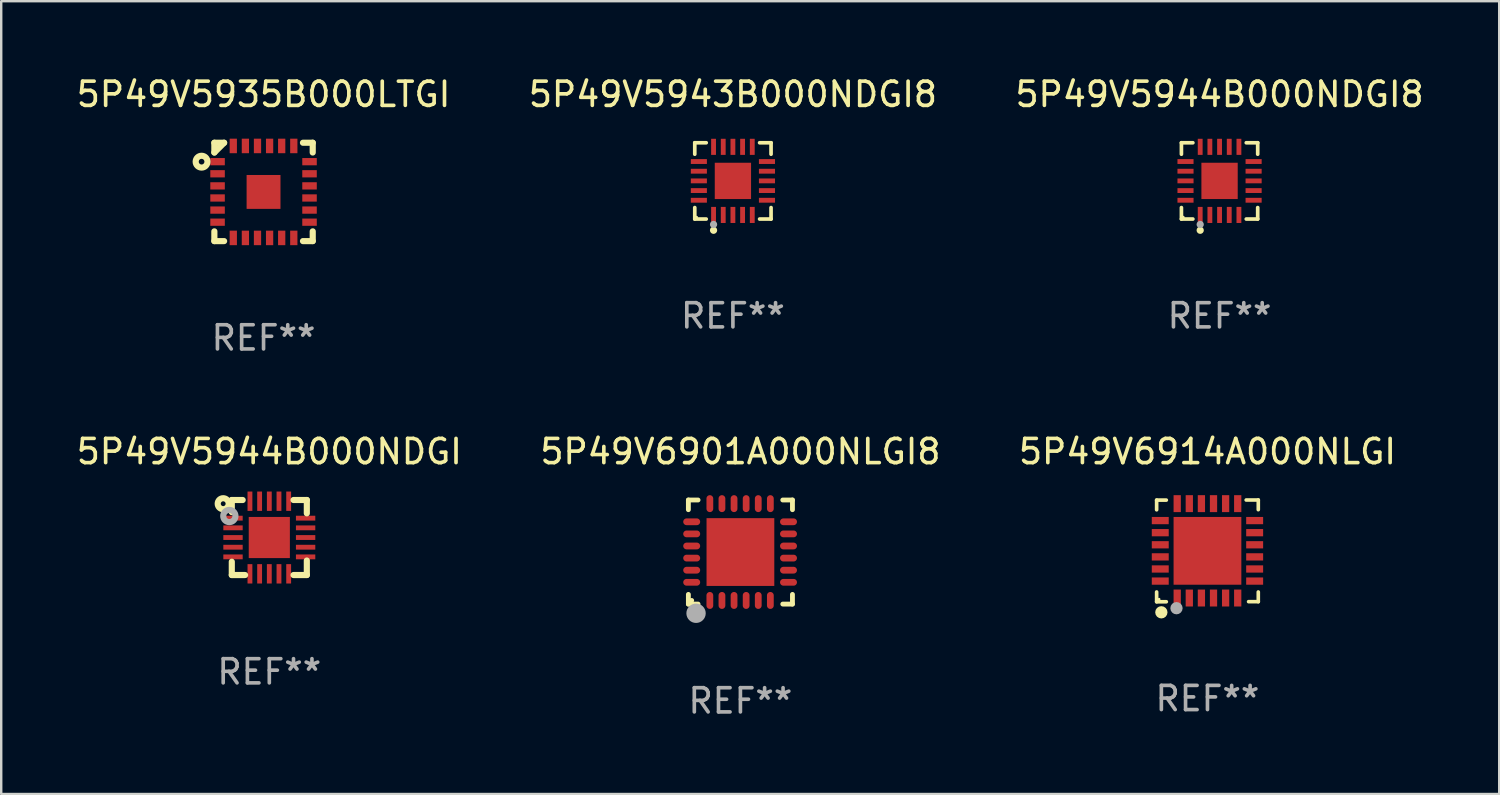
<source format=kicad_pcb>
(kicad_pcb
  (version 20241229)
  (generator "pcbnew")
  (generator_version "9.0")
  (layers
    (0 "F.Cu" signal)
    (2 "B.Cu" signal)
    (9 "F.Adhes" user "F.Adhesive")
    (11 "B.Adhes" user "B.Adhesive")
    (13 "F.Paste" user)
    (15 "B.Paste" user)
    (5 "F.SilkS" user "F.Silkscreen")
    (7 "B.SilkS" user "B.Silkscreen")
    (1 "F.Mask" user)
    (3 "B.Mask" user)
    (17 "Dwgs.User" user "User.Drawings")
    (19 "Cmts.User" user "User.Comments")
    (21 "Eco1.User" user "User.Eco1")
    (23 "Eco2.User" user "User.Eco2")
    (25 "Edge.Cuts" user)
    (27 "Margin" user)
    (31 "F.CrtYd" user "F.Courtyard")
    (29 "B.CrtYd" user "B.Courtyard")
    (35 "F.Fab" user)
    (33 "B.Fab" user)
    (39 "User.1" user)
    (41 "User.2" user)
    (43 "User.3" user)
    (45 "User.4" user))
  (footprint "5P49V6901A000NLGI8"
    (layer "F.Cu")
    (at 27.542 19.759)
    (property "Reference" "5P49V6901A000NLGI8" (at 0 -4.15 0) (layer "F.SilkS") (effects (font (size 1 1) (thickness 0.15))))
    (attr through_hole)
    (fp_line (start -2.15 -2.15) (end -1.75 -2.15) (stroke (width 0.2) (type solid)) (layer "F.SilkS"))
    (fp_line (start -2.15 -1.75) (end -2.15 -2.15) (stroke (width 0.2) (type solid)) (layer "F.SilkS"))
    (fp_line (start -2.15 2.15) (end -2.15 1.75) (stroke (width 0.2) (type solid)) (layer "F.SilkS"))
    (fp_line (start -1.75 2.15) (end -2.15 2.15) (stroke (width 0.2) (type solid)) (layer "F.SilkS"))
    (fp_line (start 2.15 -2.15) (end 1.75 -2.15) (stroke (width 0.2) (type solid)) (layer "F.SilkS"))
    (fp_line (start 2.15 -1.75) (end 2.15 -2.15) (stroke (width 0.2) (type solid)) (layer "F.SilkS"))
    (fp_line (start 2.15 1.75) (end 2.15 2.15) (stroke (width 0.2) (type solid)) (layer "F.SilkS"))
    (fp_line (start 2.15 2.15) (end 1.75 2.15) (stroke (width 0.2) (type solid)) (layer "F.SilkS"))
    (fp_circle (center -2.013 2) (end -1.963 2) (stroke (width 0.1) (type solid)) (fill no) (layer "F.SilkS"))
    (fp_circle (center -1.833 2.53) (end -1.633 2.53) (stroke (width 0.4) (type solid)) (fill no) (layer "F.Fab"))
    (fp_text user "REF**" (at 0 6.15 0) (layer "F.Fab") (effects (font (size 1 1) (thickness 0.15))))
    (pad "1" smd oval (at -1.263 2 180) (size 0.28 0.7) (layers "F.Cu" "F.Mask" "F.Paste"))
    (pad "2" smd oval (at -0.763 2 180) (size 0.28 0.7) (layers "F.Cu" "F.Mask" "F.Paste"))
    (pad "3" smd oval (at -0.263 2 180) (size 0.28 0.7) (layers "F.Cu" "F.Mask" "F.Paste"))
    (pad "4" smd oval (at 0.237 2 180) (size 0.28 0.7) (layers "F.Cu" "F.Mask" "F.Paste"))
    (pad "5" smd oval (at 0.737 2 180) (size 0.28 0.7) (layers "F.Cu" "F.Mask" "F.Paste"))
    (pad "6" smd oval (at 1.237 2 180) (size 0.28 0.7) (layers "F.Cu" "F.Mask" "F.Paste"))
    (pad "7" smd oval (at 1.987 1.25 90) (size 0.28 0.7) (layers "F.Cu" "F.Mask" "F.Paste"))
    (pad "8" smd oval (at 1.987 0.75 90) (size 0.28 0.7) (layers "F.Cu" "F.Mask" "F.Paste"))
    (pad "9" smd oval (at 1.987 0.25 90) (size 0.28 0.7) (layers "F.Cu" "F.Mask" "F.Paste"))
    (pad "10" smd oval (at 1.987 -0.25 90) (size 0.28 0.7) (layers "F.Cu" "F.Mask" "F.Paste"))
    (pad "11" smd oval (at 1.987 -0.75 90) (size 0.28 0.7) (layers "F.Cu" "F.Mask" "F.Paste"))
    (pad "12" smd oval (at 1.987 -1.25 90) (size 0.28 0.7) (layers "F.Cu" "F.Mask" "F.Paste"))
    (pad "13" smd oval (at 1.237 -2 180) (size 0.28 0.7) (layers "F.Cu" "F.Mask" "F.Paste"))
    (pad "14" smd oval (at 0.737 -2 180) (size 0.28 0.7) (layers "F.Cu" "F.Mask" "F.Paste"))
    (pad "15" smd oval (at 0.237 -2 180) (size 0.28 0.7) (layers "F.Cu" "F.Mask" "F.Paste"))
    (pad "16" smd oval (at -0.263 -2 180) (size 0.28 0.7) (layers "F.Cu" "F.Mask" "F.Paste"))
    (pad "17" smd oval (at -0.763 -2 180) (size 0.28 0.7) (layers "F.Cu" "F.Mask" "F.Paste"))
    (pad "18" smd oval (at -1.263 -2 180) (size 0.28 0.7) (layers "F.Cu" "F.Mask" "F.Paste"))
    (pad "19" smd oval (at -2.013 -1.25 90) (size 0.28 0.7) (layers "F.Cu" "F.Mask" "F.Paste"))
    (pad "20" smd oval (at -2.013 -0.75 90) (size 0.28 0.7) (layers "F.Cu" "F.Mask" "F.Paste"))
    (pad "21" smd oval (at -2.013 -0.25 90) (size 0.28 0.7) (layers "F.Cu" "F.Mask" "F.Paste"))
    (pad "22" smd oval (at -2.013 0.25 90) (size 0.28 0.7) (layers "F.Cu" "F.Mask" "F.Paste"))
    (pad "23" smd oval (at -2.013 0.75 90) (size 0.28 0.7) (layers "F.Cu" "F.Mask" "F.Paste"))
    (pad "24" smd oval (at -2.013 1.25 90) (size 0.28 0.7) (layers "F.Cu" "F.Mask" "F.Paste"))
    (pad "25" smd rect (at -0.000013 0 90) (size 2.8 2.8) (layers "F.Cu" "F.Mask" "F.Paste")))
  (footprint "5P49V5944B000NDGI"
    (layer "F.Cu")
    (at 8.077 19.159)
    (property "Reference" "5P49V5944B000NDGI" (at 0 -3.55 0) (layer "F.SilkS") (effects (font (size 1 1) (thickness 0.15))))
    (attr through_hole)
    (fp_line (start -1.55 -1.55) (end -1.55 -1.05) (stroke (width 0.254) (type solid)) (layer "F.SilkS"))
    (fp_line (start -1.55 1.55) (end -1.55 1) (stroke (width 0.254) (type solid)) (layer "F.SilkS"))
    (fp_line (start -1.1 -1.55) (end -1.55 -1.55) (stroke (width 0.254) (type solid)) (layer "F.SilkS"))
    (fp_line (start -1 1.55) (end -1.55 1.55) (stroke (width 0.254) (type solid)) (layer "F.SilkS"))
    (fp_line (start 1 -1.55) (end 1.55 -1.55) (stroke (width 0.254) (type solid)) (layer "F.SilkS"))
    (fp_line (start 1.55 -1.55) (end 1.55 -1) (stroke (width 0.254) (type solid)) (layer "F.SilkS"))
    (fp_line (start 1.55 0.95) (end 1.55 1.55) (stroke (width 0.254) (type solid)) (layer "F.SilkS"))
    (fp_line (start 1.55 1.55) (end 1 1.55) (stroke (width 0.254) (type solid)) (layer "F.SilkS"))
    (fp_circle (center -1.905 -1.397) (end -1.805 -1.397) (stroke (width 0.254) (type solid)) (fill no) (layer "F.SilkS"))
    (fp_circle (center -1.5 -1.5) (end -1.47 -1.5) (stroke (width 0.06) (type solid)) (fill no) (layer "F.SilkS"))
    (fp_circle (center -1.651 -0.889) (end -1.526 -0.889) (stroke (width 0.254) (type solid)) (fill no) (layer "F.Fab"))
    (fp_text user "REF**" (at 0 5.55 0) (layer "F.Fab") (effects (font (size 1 1) (thickness 0.15))))
    (pad "1" smd rect (at -1.5 -0.8 90) (size 0.2 0.8) (layers "F.Cu" "F.Mask" "F.Paste"))
    (pad "2" smd rect (at -1.5 -0.4 90) (size 0.2 0.8) (layers "F.Cu" "F.Mask" "F.Paste"))
    (pad "3" smd rect (at -1.5 0 90) (size 0.2 0.8) (layers "F.Cu" "F.Mask" "F.Paste"))
    (pad "4" smd rect (at -1.5 0.4 90) (size 0.2 0.8) (layers "F.Cu" "F.Mask" "F.Paste"))
    (pad "5" smd rect (at -1.5 0.8 90) (size 0.2 0.8) (layers "F.Cu" "F.Mask" "F.Paste"))
    (pad "6" smd rect (at -0.8 1.5) (size 0.2 0.8) (layers "F.Cu" "F.Mask" "F.Paste"))
    (pad "7" smd rect (at -0.4 1.5) (size 0.2 0.8) (layers "F.Cu" "F.Mask" "F.Paste"))
    (pad "8" smd rect (at 0 1.5) (size 0.2 0.8) (layers "F.Cu" "F.Mask" "F.Paste"))
    (pad "9" smd rect (at 0.4 1.5) (size 0.2 0.8) (layers "F.Cu" "F.Mask" "F.Paste"))
    (pad "10" smd rect (at 0.8 1.5) (size 0.2 0.8) (layers "F.Cu" "F.Mask" "F.Paste"))
    (pad "11" smd rect (at 1.5 0.8 90) (size 0.2 0.8) (layers "F.Cu" "F.Mask" "F.Paste"))
    (pad "12" smd rect (at 1.5 0.4 90) (size 0.2 0.8) (layers "F.Cu" "F.Mask" "F.Paste"))
    (pad "13" smd rect (at 1.5 0 90) (size 0.2 0.8) (layers "F.Cu" "F.Mask" "F.Paste"))
    (pad "14" smd rect (at 1.5 -0.4 90) (size 0.2 0.8) (layers "F.Cu" "F.Mask" "F.Paste"))
    (pad "15" smd rect (at 1.5 -0.8 90) (size 0.2 0.8) (layers "F.Cu" "F.Mask" "F.Paste"))
    (pad "16" smd rect (at 0.8 -1.5 180) (size 0.2 0.8) (layers "F.Cu" "F.Mask" "F.Paste"))
    (pad "17" smd rect (at 0.4 -1.5 180) (size 0.2 0.8) (layers "F.Cu" "F.Mask" "F.Paste"))
    (pad "18" smd rect (at 0.000254 -1.5 180) (size 0.2 0.8) (layers "F.Cu" "F.Mask" "F.Paste"))
    (pad "19" smd rect (at -0.4 -1.5 180) (size 0.2 0.8) (layers "F.Cu" "F.Mask" "F.Paste"))
    (pad "20" smd rect (at -0.8 -1.5 180) (size 0.2 0.8) (layers "F.Cu" "F.Mask" "F.Paste"))
    (pad "21" smd rect (at 0 0 180) (size 1.7 1.7) (layers "F.Cu" "F.Mask" "F.Paste")))
  (footprint "5P49V5943B000NDGI8"
    (layer "F.Cu")
    (at 27.232 4.424)
    (property "Reference" "5P49V5943B000NDGI8" (at 0 -3.576 0) (layer "F.SilkS") (effects (font (size 1 1) (thickness 0.15))))
    (attr through_hole)
    (fp_line (start -1.576 -1.576) (end -1.103 -1.576) (stroke (width 0.152) (type solid)) (layer "F.SilkS"))
    (fp_line (start -1.576 -1.103) (end -1.576 -1.576) (stroke (width 0.152) (type solid)) (layer "F.SilkS"))
    (fp_line (start -1.576 1.103) (end -1.576 1.576) (stroke (width 0.152) (type solid)) (layer "F.SilkS"))
    (fp_line (start -1.576 1.576) (end -1.103 1.576) (stroke (width 0.152) (type solid)) (layer "F.SilkS"))
    (fp_line (start 1.576 -1.576) (end 1.103 -1.576) (stroke (width 0.152) (type solid)) (layer "F.SilkS"))
    (fp_line (start 1.576 -1.103) (end 1.576 -1.576) (stroke (width 0.152) (type solid)) (layer "F.SilkS"))
    (fp_line (start 1.576 1.103) (end 1.576 1.576) (stroke (width 0.152) (type solid)) (layer "F.SilkS"))
    (fp_line (start 1.576 1.576) (end 1.103 1.576) (stroke (width 0.152) (type solid)) (layer "F.SilkS"))
    (fp_circle (center -1.5 1.5) (end -1.47 1.5) (stroke (width 0.06) (type solid)) (fill no) (layer "F.SilkS"))
    (fp_circle (center -0.8 2.04) (end -0.725 2.04) (stroke (width 0.15) (type solid)) (fill no) (layer "F.SilkS"))
    (fp_circle (center -0.8 1.8) (end -0.725 1.8) (stroke (width 0.15) (type solid)) (fill no) (layer "F.Fab"))
    (fp_text user "REF**" (at 0 5.576 0) (layer "F.Fab") (effects (font (size 1 1) (thickness 0.15))))
    (pad "1" smd rect (at -0.8 1.407) (size 0.2 0.665) (layers "F.Cu" "F.Mask" "F.Paste"))
    (pad "2" smd rect (at -0.4 1.407) (size 0.2 0.665) (layers "F.Cu" "F.Mask" "F.Paste"))
    (pad "3" smd rect (at 0 1.407) (size 0.2 0.665) (layers "F.Cu" "F.Mask" "F.Paste"))
    (pad "4" smd rect (at 0.4 1.407) (size 0.2 0.665) (layers "F.Cu" "F.Mask" "F.Paste"))
    (pad "5" smd rect (at 0.8 1.407) (size 0.2 0.665) (layers "F.Cu" "F.Mask" "F.Paste"))
    (pad "6" smd rect (at 1.407 0.8) (size 0.665 0.2) (layers "F.Cu" "F.Mask" "F.Paste"))
    (pad "7" smd rect (at 1.407 0.4) (size 0.665 0.2) (layers "F.Cu" "F.Mask" "F.Paste"))
    (pad "8" smd rect (at 1.407 0) (size 0.665 0.2) (layers "F.Cu" "F.Mask" "F.Paste"))
    (pad "9" smd rect (at 1.407 -0.4) (size 0.665 0.2) (layers "F.Cu" "F.Mask" "F.Paste"))
    (pad "10" smd rect (at 1.407 -0.8) (size 0.665 0.2) (layers "F.Cu" "F.Mask" "F.Paste"))
    (pad "11" smd rect (at 0.8 -1.407) (size 0.2 0.665) (layers "F.Cu" "F.Mask" "F.Paste"))
    (pad "12" smd rect (at 0.4 -1.407) (size 0.2 0.665) (layers "F.Cu" "F.Mask" "F.Paste"))
    (pad "13" smd rect (at 0 -1.407) (size 0.2 0.665) (layers "F.Cu" "F.Mask" "F.Paste"))
    (pad "14" smd rect (at -0.4 -1.407) (size 0.2 0.665) (layers "F.Cu" "F.Mask" "F.Paste"))
    (pad "15" smd rect (at -0.8 -1.407) (size 0.2 0.665) (layers "F.Cu" "F.Mask" "F.Paste"))
    (pad "16" smd rect (at -1.407 -0.8) (size 0.665 0.2) (layers "F.Cu" "F.Mask" "F.Paste"))
    (pad "17" smd rect (at -1.407 -0.4) (size 0.665 0.2) (layers "F.Cu" "F.Mask" "F.Paste"))
    (pad "18" smd rect (at -1.407 0) (size 0.665 0.2) (layers "F.Cu" "F.Mask" "F.Paste"))
    (pad "19" smd rect (at -1.407 0.4) (size 0.665 0.2) (layers "F.Cu" "F.Mask" "F.Paste"))
    (pad "20" smd rect (at -1.407 0.8) (size 0.665 0.2) (layers "F.Cu" "F.Mask" "F.Paste"))
    (pad "21" smd rect (at 0 0) (size 1.5 1.5) (layers "F.Cu" "F.Mask" "F.Paste")))
  (footprint "5P49V6914A000NLGI"
    (layer "F.Cu")
    (at 46.839 19.711)
    (property "Reference" "5P49V6914A000NLGI" (at 0 -4.102 0) (layer "F.SilkS") (effects (font (size 1 1) (thickness 0.15))))
    (attr through_hole)
    (fp_line (start -2.1 -2.098) (end -1.7 -2.098) (stroke (width 0.15) (type solid)) (layer "F.SilkS"))
    (fp_line (start -2.1 -1.698) (end -2.1 -2.098) (stroke (width 0.15) (type solid)) (layer "F.SilkS"))
    (fp_line (start -2.1 2.102) (end -2.1 1.698) (stroke (width 0.15) (type solid)) (layer "F.SilkS"))
    (fp_line (start -1.7 2.102) (end -2.1 2.102) (stroke (width 0.15) (type solid)) (layer "F.SilkS"))
    (fp_line (start 1.6 -2.102) (end 2.1 -2.102) (stroke (width 0.15) (type solid)) (layer "F.SilkS"))
    (fp_line (start 1.7 2.098) (end 2.1 2.098) (stroke (width 0.15) (type solid)) (layer "F.SilkS"))
    (fp_line (start 2.1 -2.102) (end 2.1 -1.702) (stroke (width 0.15) (type solid)) (layer "F.SilkS"))
    (fp_line (start 2.1 2.098) (end 2.1 1.698) (stroke (width 0.15) (type solid)) (layer "F.SilkS"))
    (fp_circle (center -2 1.998) (end -1.97 1.998) (stroke (width 0.06) (type solid)) (fill no) (layer "F.SilkS"))
    (fp_circle (center -1.905 2.538) (end -1.778 2.538) (stroke (width 0.254) (type solid)) (fill no) (layer "F.SilkS"))
    (fp_circle (center -1.28 2.368) (end -1.153 2.368) (stroke (width 0.254) (type solid)) (fill no) (layer "F.Fab"))
    (fp_text user "REF**" (at 0 6.102 0) (layer "F.Fab") (effects (font (size 1 1) (thickness 0.15))))
    (pad "1" smd rect (at -1.25 1.948 180) (size 0.3 0.7) (layers "F.Cu" "F.Mask" "F.Paste"))
    (pad "2" smd rect (at -0.75 1.948 180) (size 0.3 0.7) (layers "F.Cu" "F.Mask" "F.Paste"))
    (pad "3" smd rect (at -0.25 1.948 180) (size 0.3 0.7) (layers "F.Cu" "F.Mask" "F.Paste"))
    (pad "4" smd rect (at 0.25 1.948 180) (size 0.3 0.7) (layers "F.Cu" "F.Mask" "F.Paste"))
    (pad "5" smd rect (at 0.75 1.948 180) (size 0.3 0.7) (layers "F.Cu" "F.Mask" "F.Paste"))
    (pad "6" smd rect (at 1.25 1.948 180) (size 0.3 0.7) (layers "F.Cu" "F.Mask" "F.Paste"))
    (pad "7" smd rect (at 1.95 1.248 270) (size 0.3 0.7) (layers "F.Cu" "F.Mask" "F.Paste"))
    (pad "8" smd rect (at 1.95 0.748 270) (size 0.3 0.7) (layers "F.Cu" "F.Mask" "F.Paste"))
    (pad "9" smd rect (at 1.95 0.248 270) (size 0.3 0.7) (layers "F.Cu" "F.Mask" "F.Paste"))
    (pad "10" smd rect (at 1.95 -0.252 270) (size 0.3 0.7) (layers "F.Cu" "F.Mask" "F.Paste"))
    (pad "11" smd rect (at 1.95 -0.752 270) (size 0.3 0.7) (layers "F.Cu" "F.Mask" "F.Paste"))
    (pad "12" smd rect (at 1.95 -1.252 270) (size 0.3 0.7) (layers "F.Cu" "F.Mask" "F.Paste"))
    (pad "13" smd rect (at 1.25 -1.952) (size 0.3 0.7) (layers "F.Cu" "F.Mask" "F.Paste"))
    (pad "14" smd rect (at 0.75 -1.952) (size 0.3 0.7) (layers "F.Cu" "F.Mask" "F.Paste"))
    (pad "15" smd rect (at 0.25 -1.952) (size 0.3 0.7) (layers "F.Cu" "F.Mask" "F.Paste"))
    (pad "16" smd rect (at -0.25 -1.952) (size 0.3 0.7) (layers "F.Cu" "F.Mask" "F.Paste"))
    (pad "17" smd rect (at -0.75 -1.952) (size 0.3 0.7) (layers "F.Cu" "F.Mask" "F.Paste"))
    (pad "18" smd rect (at -1.25 -1.952) (size 0.3 0.7) (layers "F.Cu" "F.Mask" "F.Paste"))
    (pad "19" smd rect (at -1.95 -1.252 90) (size 0.3 0.7) (layers "F.Cu" "F.Mask" "F.Paste"))
    (pad "20" smd rect (at -1.95 -0.752 90) (size 0.3 0.7) (layers "F.Cu" "F.Mask" "F.Paste"))
    (pad "21" smd rect (at -1.95 -0.252 90) (size 0.3 0.7) (layers "F.Cu" "F.Mask" "F.Paste"))
    (pad "22" smd rect (at -1.95 0.248 90) (size 0.3 0.7) (layers "F.Cu" "F.Mask" "F.Paste"))
    (pad "23" smd rect (at -1.95 0.748 90) (size 0.3 0.7) (layers "F.Cu" "F.Mask" "F.Paste"))
    (pad "24" smd rect (at -1.95 1.248 90) (size 0.3 0.7) (layers "F.Cu" "F.Mask" "F.Paste"))
    (pad "25" smd rect (at 0.000038 -0.002) (size 2.8 2.8) (layers "F.Cu" "F.Mask" "F.Paste")))
  (footprint "5P49V5935B000LTGI"
    (layer "F.Cu")
    (at 7.839 4.88)
    (property "Reference" "5P49V5935B000LTGI" (at 0 -4.032 0) (layer "F.SilkS") (effects (font (size 1 1) (thickness 0.15))))
    (attr through_hole)
    (fp_line (start -2.032 -2.032) (end -2.032 -1.629) (stroke (width 0.254) (type solid)) (layer "F.SilkS"))
    (fp_line (start -2.032 -1.629) (end -1.629 -2.032) (stroke (width 0.254) (type solid)) (layer "F.SilkS"))
    (fp_line (start -2.032 1.629) (end -2.032 2.032) (stroke (width 0.254) (type solid)) (layer "F.SilkS"))
    (fp_line (start -2.032 2.032) (end -1.629 2.032) (stroke (width 0.254) (type solid)) (layer "F.SilkS"))
    (fp_line (start -1.629 -2.032) (end -2.032 -2.032) (stroke (width 0.254) (type solid)) (layer "F.SilkS"))
    (fp_line (start 1.629 2.032) (end 2.032 2.032) (stroke (width 0.254) (type solid)) (layer "F.SilkS"))
    (fp_line (start 2.032 -2.032) (end 1.629 -2.032) (stroke (width 0.254) (type solid)) (layer "F.SilkS"))
    (fp_line (start 2.032 -1.629) (end 2.032 -2.032) (stroke (width 0.254) (type solid)) (layer "F.SilkS"))
    (fp_line (start 2.032 2.032) (end 2.032 1.629) (stroke (width 0.254) (type solid)) (layer "F.SilkS"))
    (fp_circle (center -2.56 -1.25) (end -2.443 -1.25) (stroke (width 0.254) (type solid)) (fill no) (layer "F.SilkS"))
    (fp_text user "REF**" (at 0 6.032 0) (layer "F.Fab") (effects (font (size 1 1) (thickness 0.15))))
    (pad "1" smd rect (at -1.9 -1.25) (size 0.6 0.3) (layers "F.Cu" "F.Mask" "F.Paste"))
    (pad "2" smd rect (at -1.9 -0.75) (size 0.6 0.3) (layers "F.Cu" "F.Mask" "F.Paste"))
    (pad "3" smd rect (at -1.9 -0.25) (size 0.6 0.3) (layers "F.Cu" "F.Mask" "F.Paste"))
    (pad "4" smd rect (at -1.9 0.25) (size 0.6 0.3) (layers "F.Cu" "F.Mask" "F.Paste"))
    (pad "5" smd rect (at -1.9 0.75) (size 0.6 0.3) (layers "F.Cu" "F.Mask" "F.Paste"))
    (pad "6" smd rect (at -1.9 1.25) (size 0.6 0.3) (layers "F.Cu" "F.Mask" "F.Paste"))
    (pad "7" smd rect (at -1.25 1.9) (size 0.3 0.6) (layers "F.Cu" "F.Mask" "F.Paste"))
    (pad "8" smd rect (at -0.75 1.9) (size 0.3 0.6) (layers "F.Cu" "F.Mask" "F.Paste"))
    (pad "9" smd rect (at -0.25 1.9) (size 0.3 0.6) (layers "F.Cu" "F.Mask" "F.Paste"))
    (pad "10" smd rect (at 0.25 1.9) (size 0.3 0.6) (layers "F.Cu" "F.Mask" "F.Paste"))
    (pad "11" smd rect (at 0.75 1.9) (size 0.3 0.6) (layers "F.Cu" "F.Mask" "F.Paste"))
    (pad "12" smd rect (at 1.25 1.9) (size 0.3 0.6) (layers "F.Cu" "F.Mask" "F.Paste"))
    (pad "13" smd rect (at 1.9 1.25) (size 0.6 0.3) (layers "F.Cu" "F.Mask" "F.Paste"))
    (pad "14" smd rect (at 1.9 0.75) (size 0.6 0.3) (layers "F.Cu" "F.Mask" "F.Paste"))
    (pad "15" smd rect (at 1.9 0.25) (size 0.6 0.3) (layers "F.Cu" "F.Mask" "F.Paste"))
    (pad "16" smd rect (at 1.9 -0.25) (size 0.6 0.3) (layers "F.Cu" "F.Mask" "F.Paste"))
    (pad "17" smd rect (at 1.9 -0.75) (size 0.6 0.3) (layers "F.Cu" "F.Mask" "F.Paste"))
    (pad "18" smd rect (at 1.9 -1.25) (size 0.6 0.3) (layers "F.Cu" "F.Mask" "F.Paste"))
    (pad "19" smd rect (at 1.25 -1.9) (size 0.3 0.6) (layers "F.Cu" "F.Mask" "F.Paste"))
    (pad "20" smd rect (at 0.75 -1.9) (size 0.3 0.6) (layers "F.Cu" "F.Mask" "F.Paste"))
    (pad "21" smd rect (at 0.25 -1.9) (size 0.3 0.6) (layers "F.Cu" "F.Mask" "F.Paste"))
    (pad "22" smd rect (at -0.25 -1.9) (size 0.3 0.6) (layers "F.Cu" "F.Mask" "F.Paste"))
    (pad "23" smd rect (at -0.75 -1.9) (size 0.3 0.6) (layers "F.Cu" "F.Mask" "F.Paste"))
    (pad "24" smd rect (at -1.25 -1.9) (size 0.3 0.6) (layers "F.Cu" "F.Mask" "F.Paste"))
    (pad "25" smd rect (at -0.000025 0.000051) (size 1.4 1.4) (layers "F.Cu" "F.Mask" "F.Paste")))
  (footprint "5P49V5944B000NDGI8"
    (layer "F.Cu")
    (at 47.339 4.424)
    (property "Reference" "5P49V5944B000NDGI8" (at 0 -3.576 0) (layer "F.SilkS") (effects (font (size 1 1) (thickness 0.15))))
    (attr through_hole)
    (fp_line (start -1.576 -1.576) (end -1.103 -1.576) (stroke (width 0.152) (type solid)) (layer "F.SilkS"))
    (fp_line (start -1.576 -1.103) (end -1.576 -1.576) (stroke (width 0.152) (type solid)) (layer "F.SilkS"))
    (fp_line (start -1.576 1.103) (end -1.576 1.576) (stroke (width 0.152) (type solid)) (layer "F.SilkS"))
    (fp_line (start -1.576 1.576) (end -1.103 1.576) (stroke (width 0.152) (type solid)) (layer "F.SilkS"))
    (fp_line (start 1.576 -1.576) (end 1.103 -1.576) (stroke (width 0.152) (type solid)) (layer "F.SilkS"))
    (fp_line (start 1.576 -1.103) (end 1.576 -1.576) (stroke (width 0.152) (type solid)) (layer "F.SilkS"))
    (fp_line (start 1.576 1.103) (end 1.576 1.576) (stroke (width 0.152) (type solid)) (layer "F.SilkS"))
    (fp_line (start 1.576 1.576) (end 1.103 1.576) (stroke (width 0.152) (type solid)) (layer "F.SilkS"))
    (fp_circle (center -1.5 1.5) (end -1.47 1.5) (stroke (width 0.06) (type solid)) (fill no) (layer "F.SilkS"))
    (fp_circle (center -0.8 2.04) (end -0.725 2.04) (stroke (width 0.15) (type solid)) (fill no) (layer "F.SilkS"))
    (fp_circle (center -0.8 1.8) (end -0.725 1.8) (stroke (width 0.15) (type solid)) (fill no) (layer "F.Fab"))
    (fp_text user "REF**" (at 0 5.576 0) (layer "F.Fab") (effects (font (size 1 1) (thickness 0.15))))
    (pad "1" smd rect (at -0.8 1.407) (size 0.2 0.665) (layers "F.Cu" "F.Mask" "F.Paste"))
    (pad "2" smd rect (at -0.4 1.407) (size 0.2 0.665) (layers "F.Cu" "F.Mask" "F.Paste"))
    (pad "3" smd rect (at 0 1.407) (size 0.2 0.665) (layers "F.Cu" "F.Mask" "F.Paste"))
    (pad "4" smd rect (at 0.4 1.407) (size 0.2 0.665) (layers "F.Cu" "F.Mask" "F.Paste"))
    (pad "5" smd rect (at 0.8 1.407) (size 0.2 0.665) (layers "F.Cu" "F.Mask" "F.Paste"))
    (pad "6" smd rect (at 1.407 0.8) (size 0.665 0.2) (layers "F.Cu" "F.Mask" "F.Paste"))
    (pad "7" smd rect (at 1.407 0.4) (size 0.665 0.2) (layers "F.Cu" "F.Mask" "F.Paste"))
    (pad "8" smd rect (at 1.407 0) (size 0.665 0.2) (layers "F.Cu" "F.Mask" "F.Paste"))
    (pad "9" smd rect (at 1.407 -0.4) (size 0.665 0.2) (layers "F.Cu" "F.Mask" "F.Paste"))
    (pad "10" smd rect (at 1.407 -0.8) (size 0.665 0.2) (layers "F.Cu" "F.Mask" "F.Paste"))
    (pad "11" smd rect (at 0.8 -1.407) (size 0.2 0.665) (layers "F.Cu" "F.Mask" "F.Paste"))
    (pad "12" smd rect (at 0.4 -1.407) (size 0.2 0.665) (layers "F.Cu" "F.Mask" "F.Paste"))
    (pad "13" smd rect (at 0 -1.407) (size 0.2 0.665) (layers "F.Cu" "F.Mask" "F.Paste"))
    (pad "14" smd rect (at -0.4 -1.407) (size 0.2 0.665) (layers "F.Cu" "F.Mask" "F.Paste"))
    (pad "15" smd rect (at -0.8 -1.407) (size 0.2 0.665) (layers "F.Cu" "F.Mask" "F.Paste"))
    (pad "16" smd rect (at -1.407 -0.8) (size 0.665 0.2) (layers "F.Cu" "F.Mask" "F.Paste"))
    (pad "17" smd rect (at -1.407 -0.4) (size 0.665 0.2) (layers "F.Cu" "F.Mask" "F.Paste"))
    (pad "18" smd rect (at -1.407 0) (size 0.665 0.2) (layers "F.Cu" "F.Mask" "F.Paste"))
    (pad "19" smd rect (at -1.407 0.4) (size 0.665 0.2) (layers "F.Cu" "F.Mask" "F.Paste"))
    (pad "20" smd rect (at -1.407 0.8) (size 0.665 0.2) (layers "F.Cu" "F.Mask" "F.Paste"))
    (pad "21" smd rect (at 0 0) (size 1.5 1.5) (layers "F.Cu" "F.Mask" "F.Paste")))
  (gr_rect
    (start -3 -3)
    (end 58.893 29.757)
    (stroke (width 0.1) (type default))
    (fill no)
    (layer "Edge.Cuts")))
</source>
